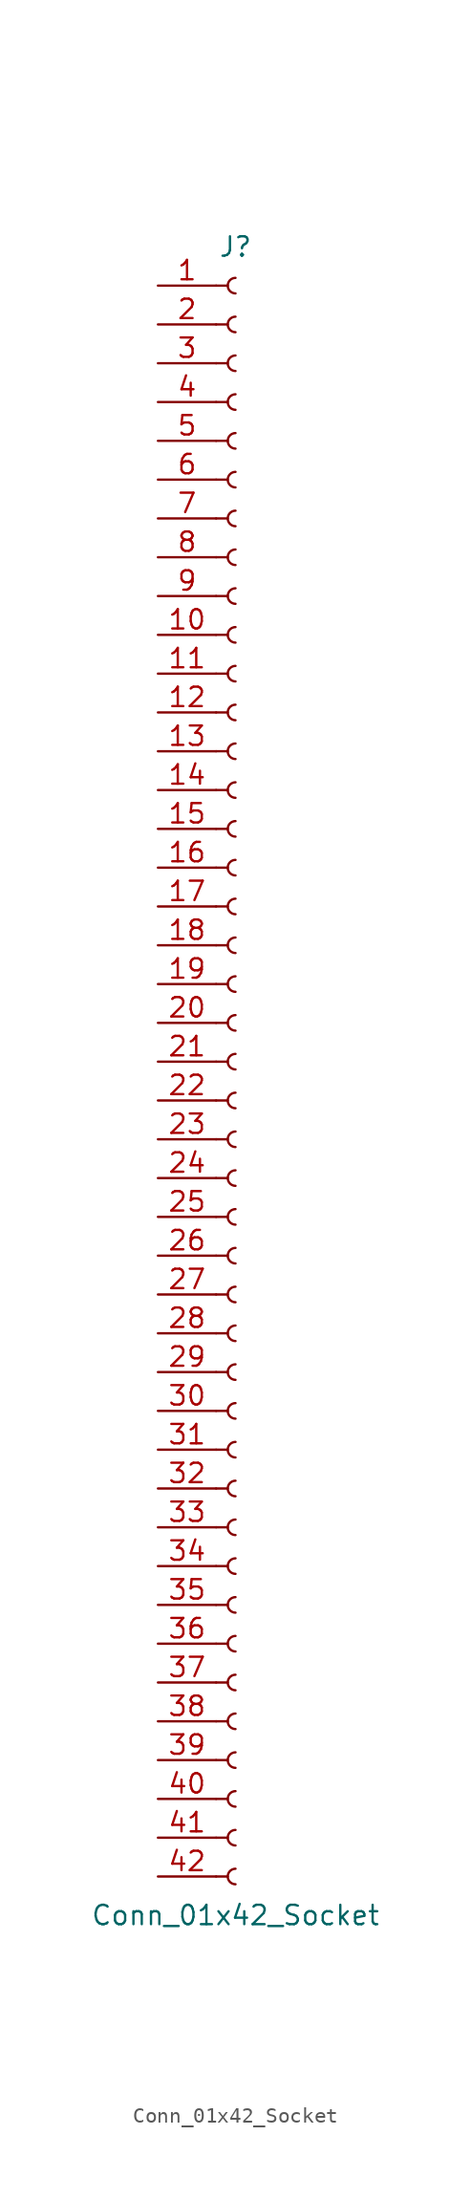
<source format=kicad_sym>
(kicad_symbol_lib
  (version 20220914)
  (generator kicad_symbol_editor)
  (symbol "Conn_01x42_Socket"
    (pin_names
      (offset 1.016) hide)
    (property "Reference" "J"
      (at 0 53.34 0)
      (effects (font (size 1.27 1.27))))
    (property "Value" "Conn_01x42_Socket"
      (at 0 -55.88 0)
      (effects (font (size 1.27 1.27))))
    (property "ki_locked" ""
      (at 0 0 0)
      (effects (font (size 1.27 1.27))))
    (symbol "Conn_01x42_Socket_1_1"
      (arc (start 0 -52.832) (mid -0.5058 -53.34) (end 0 -53.848) (stroke (width 0.1524) (type default)) (fill (type none)))
      (arc (start 0 -50.292) (mid -0.5058 -50.8) (end 0 -51.308) (stroke (width 0.1524) (type default)) (fill (type none)))
      (arc (start 0 -47.752) (mid -0.5058 -48.26) (end 0 -48.768) (stroke (width 0.1524) (type default)) (fill (type none)))
      (arc (start 0 -45.212) (mid -0.5058 -45.72) (end 0 -46.228) (stroke (width 0.1524) (type default)) (fill (type none)))
      (arc (start 0 -42.672) (mid -0.5058 -43.18) (end 0 -43.688) (stroke (width 0.1524) (type default)) (fill (type none)))
      (arc (start 0 -40.132) (mid -0.5058 -40.64) (end 0 -41.148) (stroke (width 0.1524) (type default)) (fill (type none)))
      (arc (start 0 -37.592) (mid -0.5058 -38.1) (end 0 -38.608) (stroke (width 0.1524) (type default)) (fill (type none)))
      (arc (start 0 -35.052) (mid -0.5058 -35.56) (end 0 -36.068) (stroke (width 0.1524) (type default)) (fill (type none)))
      (arc (start 0 -32.512) (mid -0.5058 -33.02) (end 0 -33.528) (stroke (width 0.1524) (type default)) (fill (type none)))
      (arc (start 0 -29.972) (mid -0.5058 -30.48) (end 0 -30.988) (stroke (width 0.1524) (type default)) (fill (type none)))
      (arc (start 0 -27.432) (mid -0.5058 -27.94) (end 0 -28.448) (stroke (width 0.1524) (type default)) (fill (type none)))
      (arc (start 0 -24.892) (mid -0.5058 -25.4) (end 0 -25.908) (stroke (width 0.1524) (type default)) (fill (type none)))
      (arc (start 0 -22.352) (mid -0.5058 -22.86) (end 0 -23.368) (stroke (width 0.1524) (type default)) (fill (type none)))
      (arc (start 0 -19.812) (mid -0.5058 -20.32) (end 0 -20.828) (stroke (width 0.1524) (type default)) (fill (type none)))
      (arc (start 0 -17.272) (mid -0.5058 -17.78) (end 0 -18.288) (stroke (width 0.1524) (type default)) (fill (type none)))
      (arc (start 0 -14.732) (mid -0.5058 -15.24) (end 0 -15.748) (stroke (width 0.1524) (type default)) (fill (type none)))
      (arc (start 0 -12.192) (mid -0.5058 -12.7) (end 0 -13.208) (stroke (width 0.1524) (type default)) (fill (type none)))
      (arc (start 0 -9.652) (mid -0.5058 -10.16) (end 0 -10.668) (stroke (width 0.1524) (type default)) (fill (type none)))
      (arc (start 0 -7.112) (mid -0.5058 -7.62) (end 0 -8.128) (stroke (width 0.1524) (type default)) (fill (type none)))
      (arc (start 0 -4.572) (mid -0.5058 -5.08) (end 0 -5.588) (stroke (width 0.1524) (type default)) (fill (type none)))
      (arc (start 0 -2.032) (mid -0.5058 -2.54) (end 0 -3.048) (stroke (width 0.1524) (type default)) (fill (type none)))
      (polyline (pts (xy -1.27 -53.34) (xy -0.508 -53.34)) (stroke (width 0.152) (type default)) (fill (type none)))
      (polyline (pts (xy -1.27 -50.8) (xy -0.508 -50.8)) (stroke (width 0.152) (type default)) (fill (type none)))
      (polyline (pts (xy -1.27 -48.26) (xy -0.508 -48.26)) (stroke (width 0.152) (type default)) (fill (type none)))
      (polyline (pts (xy -1.27 -45.72) (xy -0.508 -45.72)) (stroke (width 0.152) (type default)) (fill (type none)))
      (polyline (pts (xy -1.27 -43.18) (xy -0.508 -43.18)) (stroke (width 0.152) (type default)) (fill (type none)))
      (polyline (pts (xy -1.27 -40.64) (xy -0.508 -40.64)) (stroke (width 0.152) (type default)) (fill (type none)))
      (polyline (pts (xy -1.27 -38.1) (xy -0.508 -38.1)) (stroke (width 0.152) (type default)) (fill (type none)))
      (polyline (pts (xy -1.27 -35.56) (xy -0.508 -35.56)) (stroke (width 0.152) (type default)) (fill (type none)))
      (polyline (pts (xy -1.27 -33.02) (xy -0.508 -33.02)) (stroke (width 0.152) (type default)) (fill (type none)))
      (polyline (pts (xy -1.27 -30.48) (xy -0.508 -30.48)) (stroke (width 0.152) (type default)) (fill (type none)))
      (polyline (pts (xy -1.27 -27.94) (xy -0.508 -27.94)) (stroke (width 0.152) (type default)) (fill (type none)))
      (polyline (pts (xy -1.27 -25.4) (xy -0.508 -25.4)) (stroke (width 0.152) (type default)) (fill (type none)))
      (polyline (pts (xy -1.27 -22.86) (xy -0.508 -22.86)) (stroke (width 0.152) (type default)) (fill (type none)))
      (polyline (pts (xy -1.27 -20.32) (xy -0.508 -20.32)) (stroke (width 0.152) (type default)) (fill (type none)))
      (polyline (pts (xy -1.27 -17.78) (xy -0.508 -17.78)) (stroke (width 0.152) (type default)) (fill (type none)))
      (polyline (pts (xy -1.27 -15.24) (xy -0.508 -15.24)) (stroke (width 0.152) (type default)) (fill (type none)))
      (polyline (pts (xy -1.27 -12.7) (xy -0.508 -12.7)) (stroke (width 0.152) (type default)) (fill (type none)))
      (polyline (pts (xy -1.27 -10.16) (xy -0.508 -10.16)) (stroke (width 0.152) (type default)) (fill (type none)))
      (polyline (pts (xy -1.27 -7.62) (xy -0.508 -7.62)) (stroke (width 0.152) (type default)) (fill (type none)))
      (polyline (pts (xy -1.27 -5.08) (xy -0.508 -5.08)) (stroke (width 0.152) (type default)) (fill (type none)))
      (polyline (pts (xy -1.27 -2.54) (xy -0.508 -2.54)) (stroke (width 0.152) (type default)) (fill (type none)))
      (polyline (pts (xy -1.27 0) (xy -0.508 0)) (stroke (width 0.152) (type default)) (fill (type none)))
      (polyline (pts (xy -1.27 2.54) (xy -0.508 2.54)) (stroke (width 0.152) (type default)) (fill (type none)))
      (polyline (pts (xy -1.27 5.08) (xy -0.508 5.08)) (stroke (width 0.152) (type default)) (fill (type none)))
      (polyline (pts (xy -1.27 7.62) (xy -0.508 7.62)) (stroke (width 0.152) (type default)) (fill (type none)))
      (polyline (pts (xy -1.27 10.16) (xy -0.508 10.16)) (stroke (width 0.152) (type default)) (fill (type none)))
      (polyline (pts (xy -1.27 12.7) (xy -0.508 12.7)) (stroke (width 0.152) (type default)) (fill (type none)))
      (polyline (pts (xy -1.27 15.24) (xy -0.508 15.24)) (stroke (width 0.152) (type default)) (fill (type none)))
      (polyline (pts (xy -1.27 17.78) (xy -0.508 17.78)) (stroke (width 0.152) (type default)) (fill (type none)))
      (polyline (pts (xy -1.27 20.32) (xy -0.508 20.32)) (stroke (width 0.152) (type default)) (fill (type none)))
      (polyline (pts (xy -1.27 22.86) (xy -0.508 22.86)) (stroke (width 0.152) (type default)) (fill (type none)))
      (polyline (pts (xy -1.27 25.4) (xy -0.508 25.4)) (stroke (width 0.152) (type default)) (fill (type none)))
      (polyline (pts (xy -1.27 27.94) (xy -0.508 27.94)) (stroke (width 0.152) (type default)) (fill (type none)))
      (polyline (pts (xy -1.27 30.48) (xy -0.508 30.48)) (stroke (width 0.152) (type default)) (fill (type none)))
      (polyline (pts (xy -1.27 33.02) (xy -0.508 33.02)) (stroke (width 0.152) (type default)) (fill (type none)))
      (polyline (pts (xy -1.27 35.56) (xy -0.508 35.56)) (stroke (width 0.152) (type default)) (fill (type none)))
      (polyline (pts (xy -1.27 38.1) (xy -0.508 38.1)) (stroke (width 0.152) (type default)) (fill (type none)))
      (polyline (pts (xy -1.27 40.64) (xy -0.508 40.64)) (stroke (width 0.152) (type default)) (fill (type none)))
      (polyline (pts (xy -1.27 43.18) (xy -0.508 43.18)) (stroke (width 0.152) (type default)) (fill (type none)))
      (polyline (pts (xy -1.27 45.72) (xy -0.508 45.72)) (stroke (width 0.152) (type default)) (fill (type none)))
      (polyline (pts (xy -1.27 48.26) (xy -0.508 48.26)) (stroke (width 0.152) (type default)) (fill (type none)))
      (polyline (pts (xy -1.27 50.8) (xy -0.508 50.8)) (stroke (width 0.152) (type default)) (fill (type none)))
      (arc (start 0 0.508) (mid -0.5058 0) (end 0 -0.508) (stroke (width 0.1524) (type default)) (fill (type none)))
      (arc (start 0 3.048) (mid -0.5058 2.54) (end 0 2.032) (stroke (width 0.1524) (type default)) (fill (type none)))
      (arc (start 0 5.588) (mid -0.5058 5.08) (end 0 4.572) (stroke (width 0.1524) (type default)) (fill (type none)))
      (arc (start 0 8.128) (mid -0.5058 7.62) (end 0 7.112) (stroke (width 0.1524) (type default)) (fill (type none)))
      (arc (start 0 10.668) (mid -0.5058 10.16) (end 0 9.652) (stroke (width 0.1524) (type default)) (fill (type none)))
      (arc (start 0 13.208) (mid -0.5058 12.7) (end 0 12.192) (stroke (width 0.1524) (type default)) (fill (type none)))
      (arc (start 0 15.748) (mid -0.5058 15.24) (end 0 14.732) (stroke (width 0.1524) (type default)) (fill (type none)))
      (arc (start 0 18.288) (mid -0.5058 17.78) (end 0 17.272) (stroke (width 0.1524) (type default)) (fill (type none)))
      (arc (start 0 20.828) (mid -0.5058 20.32) (end 0 19.812) (stroke (width 0.1524) (type default)) (fill (type none)))
      (arc (start 0 23.368) (mid -0.5058 22.86) (end 0 22.352) (stroke (width 0.1524) (type default)) (fill (type none)))
      (arc (start 0 25.908) (mid -0.5058 25.4) (end 0 24.892) (stroke (width 0.1524) (type default)) (fill (type none)))
      (arc (start 0 28.448) (mid -0.5058 27.94) (end 0 27.432) (stroke (width 0.1524) (type default)) (fill (type none)))
      (arc (start 0 30.988) (mid -0.5058 30.48) (end 0 29.972) (stroke (width 0.1524) (type default)) (fill (type none)))
      (arc (start 0 33.528) (mid -0.5058 33.02) (end 0 32.512) (stroke (width 0.1524) (type default)) (fill (type none)))
      (arc (start 0 36.068) (mid -0.5058 35.56) (end 0 35.052) (stroke (width 0.1524) (type default)) (fill (type none)))
      (arc (start 0 38.608) (mid -0.5058 38.1) (end 0 37.592) (stroke (width 0.1524) (type default)) (fill (type none)))
      (arc (start 0 41.148) (mid -0.5058 40.64) (end 0 40.132) (stroke (width 0.1524) (type default)) (fill (type none)))
      (arc (start 0 43.688) (mid -0.5058 43.18) (end 0 42.672) (stroke (width 0.1524) (type default)) (fill (type none)))
      (arc (start 0 46.228) (mid -0.5058 45.72) (end 0 45.212) (stroke (width 0.1524) (type default)) (fill (type none)))
      (arc (start 0 48.768) (mid -0.5058 48.26) (end 0 47.752) (stroke (width 0.1524) (type default)) (fill (type none)))
      (arc (start 0 51.308) (mid -0.5058 50.8) (end 0 50.292) (stroke (width 0.1524) (type default)) (fill (type none)))
      (pin passive line (at -5.08 50.8 0) (length 3.81) (name "Pin_1" (effects (font (size 1.27 1.27)))) (number "1" (effects (font (size 1.27 1.27)))))
      (pin passive line (at -5.08 27.94 0) (length 3.81) (name "Pin_10" (effects (font (size 1.27 1.27)))) (number "10" (effects (font (size 1.27 1.27)))))
      (pin passive line (at -5.08 25.4 0) (length 3.81) (name "Pin_11" (effects (font (size 1.27 1.27)))) (number "11" (effects (font (size 1.27 1.27)))))
      (pin passive line (at -5.08 22.86 0) (length 3.81) (name "Pin_12" (effects (font (size 1.27 1.27)))) (number "12" (effects (font (size 1.27 1.27)))))
      (pin passive line (at -5.08 20.32 0) (length 3.81) (name "Pin_13" (effects (font (size 1.27 1.27)))) (number "13" (effects (font (size 1.27 1.27)))))
      (pin passive line (at -5.08 17.78 0) (length 3.81) (name "Pin_14" (effects (font (size 1.27 1.27)))) (number "14" (effects (font (size 1.27 1.27)))))
      (pin passive line (at -5.08 15.24 0) (length 3.81) (name "Pin_15" (effects (font (size 1.27 1.27)))) (number "15" (effects (font (size 1.27 1.27)))))
      (pin passive line (at -5.08 12.7 0) (length 3.81) (name "Pin_16" (effects (font (size 1.27 1.27)))) (number "16" (effects (font (size 1.27 1.27)))))
      (pin passive line (at -5.08 10.16 0) (length 3.81) (name "Pin_17" (effects (font (size 1.27 1.27)))) (number "17" (effects (font (size 1.27 1.27)))))
      (pin passive line (at -5.08 7.62 0) (length 3.81) (name "Pin_18" (effects (font (size 1.27 1.27)))) (number "18" (effects (font (size 1.27 1.27)))))
      (pin passive line (at -5.08 5.08 0) (length 3.81) (name "Pin_19" (effects (font (size 1.27 1.27)))) (number "19" (effects (font (size 1.27 1.27)))))
      (pin passive line (at -5.08 48.26 0) (length 3.81) (name "Pin_2" (effects (font (size 1.27 1.27)))) (number "2" (effects (font (size 1.27 1.27)))))
      (pin passive line (at -5.08 2.54 0) (length 3.81) (name "Pin_20" (effects (font (size 1.27 1.27)))) (number "20" (effects (font (size 1.27 1.27)))))
      (pin passive line (at -5.08 0 0) (length 3.81) (name "Pin_21" (effects (font (size 1.27 1.27)))) (number "21" (effects (font (size 1.27 1.27)))))
      (pin passive line (at -5.08 -2.54 0) (length 3.81) (name "Pin_22" (effects (font (size 1.27 1.27)))) (number "22" (effects (font (size 1.27 1.27)))))
      (pin passive line (at -5.08 -5.08 0) (length 3.81) (name "Pin_23" (effects (font (size 1.27 1.27)))) (number "23" (effects (font (size 1.27 1.27)))))
      (pin passive line (at -5.08 -7.62 0) (length 3.81) (name "Pin_24" (effects (font (size 1.27 1.27)))) (number "24" (effects (font (size 1.27 1.27)))))
      (pin passive line (at -5.08 -10.16 0) (length 3.81) (name "Pin_25" (effects (font (size 1.27 1.27)))) (number "25" (effects (font (size 1.27 1.27)))))
      (pin passive line (at -5.08 -12.7 0) (length 3.81) (name "Pin_26" (effects (font (size 1.27 1.27)))) (number "26" (effects (font (size 1.27 1.27)))))
      (pin passive line (at -5.08 -15.24 0) (length 3.81) (name "Pin_27" (effects (font (size 1.27 1.27)))) (number "27" (effects (font (size 1.27 1.27)))))
      (pin passive line (at -5.08 -17.78 0) (length 3.81) (name "Pin_28" (effects (font (size 1.27 1.27)))) (number "28" (effects (font (size 1.27 1.27)))))
      (pin passive line (at -5.08 -20.32 0) (length 3.81) (name "Pin_29" (effects (font (size 1.27 1.27)))) (number "29" (effects (font (size 1.27 1.27)))))
      (pin passive line (at -5.08 45.72 0) (length 3.81) (name "Pin_3" (effects (font (size 1.27 1.27)))) (number "3" (effects (font (size 1.27 1.27)))))
      (pin passive line (at -5.08 -22.86 0) (length 3.81) (name "Pin_30" (effects (font (size 1.27 1.27)))) (number "30" (effects (font (size 1.27 1.27)))))
      (pin passive line (at -5.08 -25.4 0) (length 3.81) (name "Pin_31" (effects (font (size 1.27 1.27)))) (number "31" (effects (font (size 1.27 1.27)))))
      (pin passive line (at -5.08 -27.94 0) (length 3.81) (name "Pin_32" (effects (font (size 1.27 1.27)))) (number "32" (effects (font (size 1.27 1.27)))))
      (pin passive line (at -5.08 -30.48 0) (length 3.81) (name "Pin_33" (effects (font (size 1.27 1.27)))) (number "33" (effects (font (size 1.27 1.27)))))
      (pin passive line (at -5.08 -33.02 0) (length 3.81) (name "Pin_34" (effects (font (size 1.27 1.27)))) (number "34" (effects (font (size 1.27 1.27)))))
      (pin passive line (at -5.08 -35.56 0) (length 3.81) (name "Pin_35" (effects (font (size 1.27 1.27)))) (number "35" (effects (font (size 1.27 1.27)))))
      (pin passive line (at -5.08 -38.1 0) (length 3.81) (name "Pin_36" (effects (font (size 1.27 1.27)))) (number "36" (effects (font (size 1.27 1.27)))))
      (pin passive line (at -5.08 -40.64 0) (length 3.81) (name "Pin_37" (effects (font (size 1.27 1.27)))) (number "37" (effects (font (size 1.27 1.27)))))
      (pin passive line (at -5.08 -43.18 0) (length 3.81) (name "Pin_38" (effects (font (size 1.27 1.27)))) (number "38" (effects (font (size 1.27 1.27)))))
      (pin passive line (at -5.08 -45.72 0) (length 3.81) (name "Pin_39" (effects (font (size 1.27 1.27)))) (number "39" (effects (font (size 1.27 1.27)))))
      (pin passive line (at -5.08 43.18 0) (length 3.81) (name "Pin_4" (effects (font (size 1.27 1.27)))) (number "4" (effects (font (size 1.27 1.27)))))
      (pin passive line (at -5.08 -48.26 0) (length 3.81) (name "Pin_40" (effects (font (size 1.27 1.27)))) (number "40" (effects (font (size 1.27 1.27)))))
      (pin passive line (at -5.08 -50.8 0) (length 3.81) (name "Pin_41" (effects (font (size 1.27 1.27)))) (number "41" (effects (font (size 1.27 1.27)))))
      (pin passive line (at -5.08 -53.34 0) (length 3.81) (name "Pin_42" (effects (font (size 1.27 1.27)))) (number "42" (effects (font (size 1.27 1.27)))))
      (pin passive line (at -5.08 40.64 0) (length 3.81) (name "Pin_5" (effects (font (size 1.27 1.27)))) (number "5" (effects (font (size 1.27 1.27)))))
      (pin passive line (at -5.08 38.1 0) (length 3.81) (name "Pin_6" (effects (font (size 1.27 1.27)))) (number "6" (effects (font (size 1.27 1.27)))))
      (pin passive line (at -5.08 35.56 0) (length 3.81) (name "Pin_7" (effects (font (size 1.27 1.27)))) (number "7" (effects (font (size 1.27 1.27)))))
      (pin passive line (at -5.08 33.02 0) (length 3.81) (name "Pin_8" (effects (font (size 1.27 1.27)))) (number "8" (effects (font (size 1.27 1.27)))))
      (pin passive line (at -5.08 30.48 0) (length 3.81) (name "Pin_9" (effects (font (size 1.27 1.27)))) (number "9" (effects (font (size 1.27 1.27))))))))
</source>
